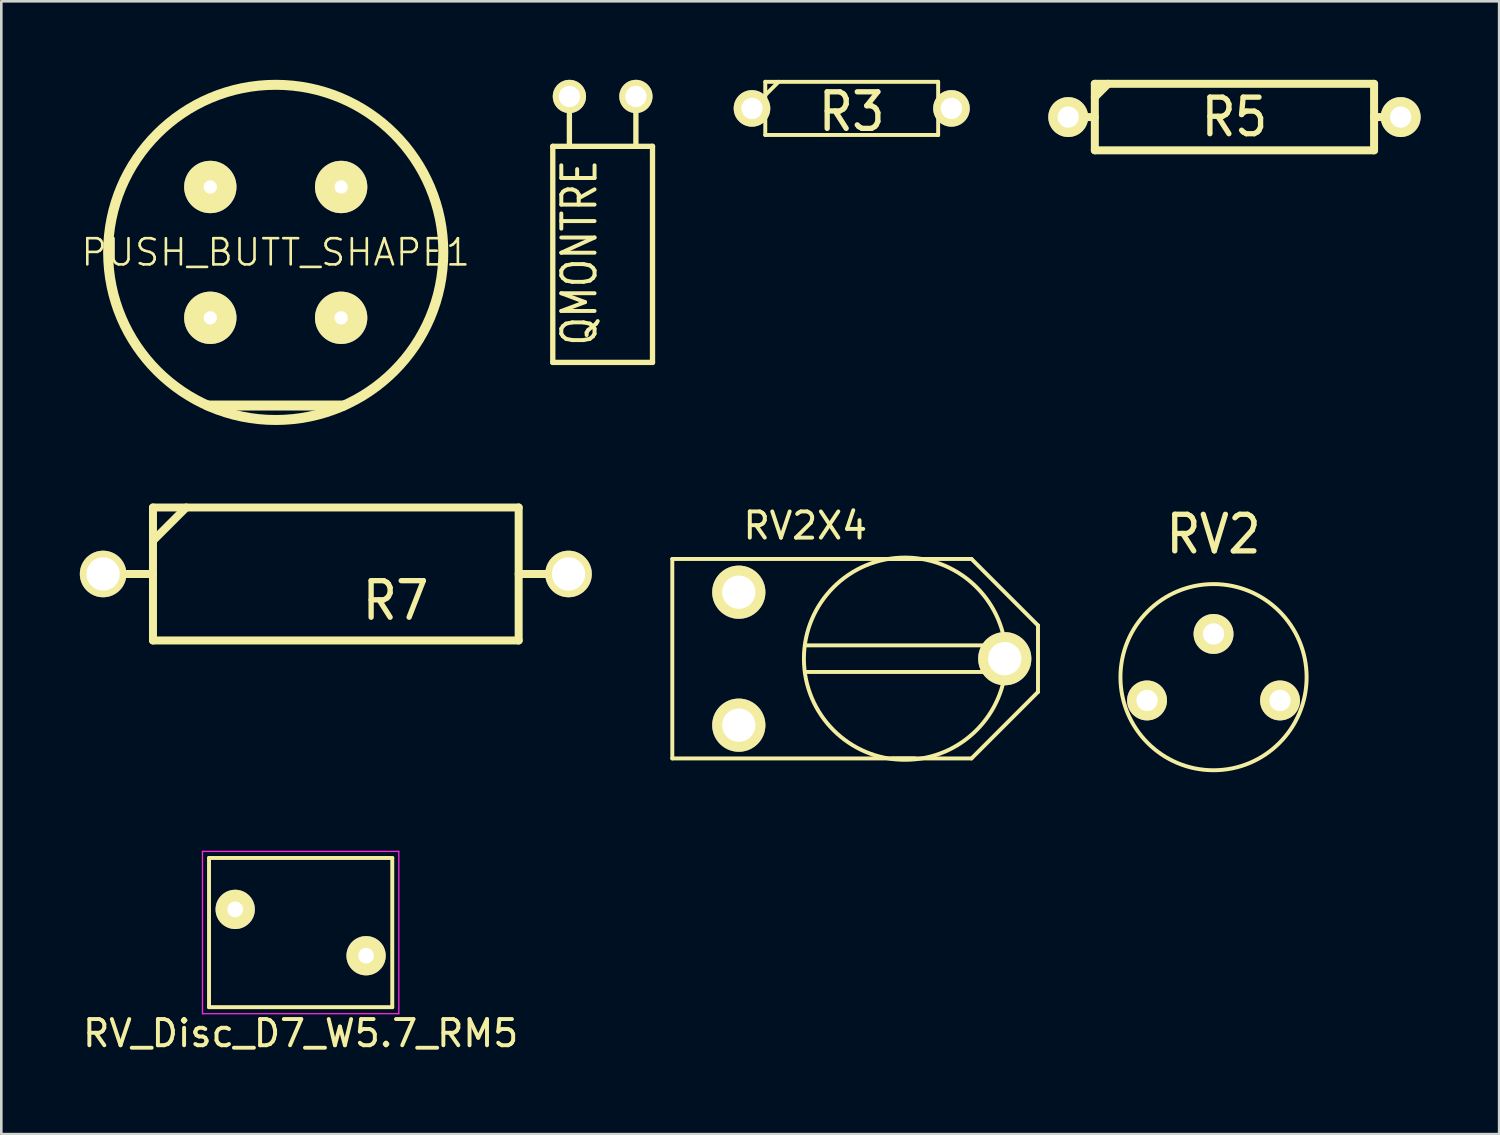
<source format=kicad_pcb>
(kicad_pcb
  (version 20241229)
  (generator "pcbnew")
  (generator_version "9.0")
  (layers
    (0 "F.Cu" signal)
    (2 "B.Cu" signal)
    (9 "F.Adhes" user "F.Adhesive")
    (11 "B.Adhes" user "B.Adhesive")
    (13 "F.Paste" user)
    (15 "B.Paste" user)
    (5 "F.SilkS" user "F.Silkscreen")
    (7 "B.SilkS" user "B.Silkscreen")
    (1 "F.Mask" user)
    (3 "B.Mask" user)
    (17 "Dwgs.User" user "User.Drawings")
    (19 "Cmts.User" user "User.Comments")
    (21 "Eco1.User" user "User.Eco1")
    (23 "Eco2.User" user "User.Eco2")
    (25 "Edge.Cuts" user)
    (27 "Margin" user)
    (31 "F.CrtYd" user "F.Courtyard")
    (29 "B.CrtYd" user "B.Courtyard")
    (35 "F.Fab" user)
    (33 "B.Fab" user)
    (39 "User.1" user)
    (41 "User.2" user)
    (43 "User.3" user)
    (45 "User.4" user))
  (footprint "PUSH_BUTT_SHAPE1"
    (layer "F.Cu")
    (at 7.483 6.592)
    (property "Reference" "PUSH_BUTT_SHAPE1" (at 0 0 0) (layer "F.SilkS") (effects (font (size 1.001 1.001) (thickness 0.099))))
    (attr through_hole)
    (fp_line (start 2.601 5.85) (end -2.601 5.85) (stroke (width 0.381) (type solid)) (layer "F.SilkS"))
    (fp_circle (center 0 0) (end 2.601 5.85) (stroke (width 0.381) (type solid)) (fill no) (layer "F.SilkS"))
    (pad "1" thru_hole circle (at -2.499 -2.499) (size 1.999 1.999) (drill 0.508) (layers "*.Cu" "*.Mask" "F.SilkS"))
    (pad "2" thru_hole circle (at 2.499 -2.499) (size 1.999 1.999) (drill 0.508) (layers "*.Cu" "*.Mask" "F.SilkS"))
    (pad "3" thru_hole circle (at -2.499 2.499) (size 1.999 1.999) (drill 0.508) (layers "*.Cu" "*.Mask" "F.SilkS"))
    (pad "4" thru_hole circle (at 2.499 2.499) (size 1.999 1.999) (drill 0.508) (layers "*.Cu" "*.Mask" "F.SilkS")))
  (footprint "RV2"
    (layer "F.Cu")
    (at 43.309 22.438)
    (property "Reference" "RV2" (at 0 -5.08 0) (layer "F.SilkS") (effects (font (size 1.397 1.27) (thickness 0.203))))
    (attr through_hole)
    (fp_circle (center 0 0.381) (end 0 -3.175) (stroke (width 0.15) (type solid)) (fill no) (layer "F.SilkS"))
    (pad "1" thru_hole circle (at -2.54 1.27) (size 1.524 1.524) (drill 0.813) (layers "*.Cu" "*.Mask" "F.SilkS"))
    (pad "2" thru_hole circle (at 0 -1.27) (size 1.524 1.524) (drill 0.813) (layers "*.Cu" "*.Mask" "F.SilkS"))
    (pad "3" thru_hole circle (at 2.54 1.27) (size 1.524 1.524) (drill 0.813) (layers "*.Cu" "*.Mask" "F.SilkS")))
  (footprint "R5"
    (layer "F.Cu")
    (at 44.108 1.422)
    (property "Reference" "R5" (at 0 0 0) (layer "F.SilkS") (effects (font (size 1.397 1.27) (thickness 0.203))))
    (attr through_hole)
    (fp_line (start -6.35 0) (end -5.334 0) (stroke (width 0.305) (type solid)) (layer "F.SilkS"))
    (fp_line (start -5.334 -1.27) (end 5.334 -1.27) (stroke (width 0.305) (type solid)) (layer "F.SilkS"))
    (fp_line (start -5.334 -0.762) (end -4.826 -1.27) (stroke (width 0.305) (type solid)) (layer "F.SilkS"))
    (fp_line (start -5.334 1.27) (end -5.334 -1.27) (stroke (width 0.305) (type solid)) (layer "F.SilkS"))
    (fp_line (start 5.334 -1.27) (end 5.334 1.27) (stroke (width 0.305) (type solid)) (layer "F.SilkS"))
    (fp_line (start 5.334 1.27) (end -5.334 1.27) (stroke (width 0.305) (type solid)) (layer "F.SilkS"))
    (fp_line (start 6.35 0) (end 5.334 0) (stroke (width 0.305) (type solid)) (layer "F.SilkS"))
    (pad "1" thru_hole circle (at -6.35 0) (size 1.524 1.524) (drill 0.813) (layers "*.Cu" "*.Mask" "F.SilkS"))
    (pad "2" thru_hole circle (at 6.35 0) (size 1.524 1.524) (drill 0.813) (layers "*.Cu" "*.Mask" "F.SilkS")))
  (footprint "RV2X4"
    (layer "F.Cu")
    (at 30.253 22.113)
    (property "Reference" "RV2X4" (at -2.54 -5.08 0) (layer "F.SilkS") (effects (font (size 1 1) (thickness 0.15))))
    (attr through_hole)
    (fp_line (start -7.62 -3.81) (end 3.81 -3.81) (stroke (width 0.15) (type solid)) (layer "F.SilkS"))
    (fp_line (start -7.62 3.81) (end -7.62 -3.81) (stroke (width 0.15) (type solid)) (layer "F.SilkS"))
    (fp_line (start -2.54 -0.508) (end 4.953 -0.508) (stroke (width 0.15) (type solid)) (layer "F.SilkS"))
    (fp_line (start -2.54 0.508) (end 4.953 0.508) (stroke (width 0.15) (type solid)) (layer "F.SilkS"))
    (fp_line (start 0.762 -3.81) (end 1.905 -3.81) (stroke (width 0.15) (type solid)) (layer "F.SilkS"))
    (fp_line (start 1.651 3.81) (end 0.762 3.81) (stroke (width 0.15) (type solid)) (layer "F.SilkS"))
    (fp_line (start 3.81 -3.81) (end 6.35 -1.27) (stroke (width 0.15) (type solid)) (layer "F.SilkS"))
    (fp_line (start 3.81 3.81) (end -7.62 3.81) (stroke (width 0.15) (type solid)) (layer "F.SilkS"))
    (fp_line (start 6.35 -1.27) (end 6.35 1.27) (stroke (width 0.15) (type solid)) (layer "F.SilkS"))
    (fp_line (start 6.35 1.27) (end 3.81 3.81) (stroke (width 0.15) (type solid)) (layer "F.SilkS"))
    (fp_circle (center 1.27 0) (end -2.54 -0.635) (stroke (width 0.15) (type solid)) (fill no) (layer "F.SilkS"))
    (pad "1" thru_hole circle (at -5.08 -2.54) (size 2.032 2.032) (drill 1.27) (layers "*.Cu" "*.Mask" "F.SilkS"))
    (pad "2" thru_hole circle (at 5.08 0) (size 2.032 2.032) (drill 1.27) (layers "*.Cu" "*.Mask" "F.SilkS"))
    (pad "3" thru_hole circle (at -5.08 2.54) (size 2.032 2.032) (drill 1.27) (layers "*.Cu" "*.Mask" "F.SilkS")))
  (footprint "R3"
    (layer "F.Cu")
    (at 29.487 1.091)
    (property "Reference" "R3" (at 0 0.127 0) (layer "F.SilkS") (effects (font (size 1.397 1.27) (thickness 0.203))))
    (attr through_hole)
    (fp_line (start -3.81 0) (end -3.302 0) (stroke (width 0.15) (type solid)) (layer "F.SilkS"))
    (fp_line (start -3.302 -1.016) (end -3.302 1.016) (stroke (width 0.15) (type solid)) (layer "F.SilkS"))
    (fp_line (start -3.302 -0.508) (end -2.794 -1.016) (stroke (width 0.15) (type solid)) (layer "F.SilkS"))
    (fp_line (start -3.302 1.016) (end 3.302 1.016) (stroke (width 0.15) (type solid)) (layer "F.SilkS"))
    (fp_line (start 3.302 -1.016) (end -3.302 -1.016) (stroke (width 0.15) (type solid)) (layer "F.SilkS"))
    (fp_line (start 3.302 0) (end 3.302 -1.016) (stroke (width 0.15) (type solid)) (layer "F.SilkS"))
    (fp_line (start 3.302 1.016) (end 3.302 0) (stroke (width 0.15) (type solid)) (layer "F.SilkS"))
    (fp_line (start 3.81 0) (end 3.302 0) (stroke (width 0.15) (type solid)) (layer "F.SilkS"))
    (pad "1" thru_hole circle (at -3.81 0) (size 1.397 1.397) (drill 0.813) (layers "*.Cu" "*.Mask" "F.SilkS"))
    (pad "2" thru_hole circle (at 3.81 0) (size 1.397 1.397) (drill 0.813) (layers "*.Cu" "*.Mask" "F.SilkS")))
  (footprint "RV_Disc_D7_W5.7_RM5"
    (layer "F.Cu")
    (at 5.935 31.69)
    (property "Reference" "RV_Disc_D7_W5.7_RM5" (at 2.5 4.735 0) (layer "F.SilkS") (effects (font (size 1 1) (thickness 0.15))))
    (attr through_hole)
    (fp_line (start -1 -1.965) (end -1 3.735) (stroke (width 0.15) (type solid)) (layer "F.SilkS"))
    (fp_line (start -1 -1.965) (end 6 -1.965) (stroke (width 0.15) (type solid)) (layer "F.SilkS"))
    (fp_line (start -1 3.735) (end 6 3.735) (stroke (width 0.15) (type solid)) (layer "F.SilkS"))
    (fp_line (start 6 -1.965) (end 6 3.735) (stroke (width 0.15) (type solid)) (layer "F.SilkS"))
    (fp_line (start -1.25 -2.215) (end -1.25 3.985) (stroke (width 0.05) (type solid)) (layer "F.CrtYd"))
    (fp_line (start -1.25 -2.215) (end 6.25 -2.215) (stroke (width 0.05) (type solid)) (layer "F.CrtYd"))
    (fp_line (start -1.25 3.985) (end 6.25 3.985) (stroke (width 0.05) (type solid)) (layer "F.CrtYd"))
    (fp_line (start 6.25 -2.215) (end 6.25 3.985) (stroke (width 0.05) (type solid)) (layer "F.CrtYd"))
    (pad "1" thru_hole circle (at 0 0) (size 1.5 1.5) (drill 0.6) (layers "*.Cu" "*.Mask" "F.SilkS"))
    (pad "2" thru_hole circle (at 5 1.77) (size 1.5 1.5) (drill 0.6) (layers "*.Cu" "*.Mask" "F.SilkS")))
  (footprint "QMONTRE"
    (layer "F.Cu")
    (at 19.972 0.635)
    (property "Reference" "QMONTRE" (at -0.889 5.969 90) (layer "F.SilkS") (effects (font (size 1.27 1.016) (thickness 0.152))))
    (attr through_hole)
    (fp_line (start -1.905 1.905) (end 1.905 1.905) (stroke (width 0.203) (type solid)) (layer "F.SilkS"))
    (fp_line (start -1.905 10.16) (end -1.905 1.905) (stroke (width 0.203) (type solid)) (layer "F.SilkS"))
    (fp_line (start -1.27 0) (end -1.27 1.905) (stroke (width 0.203) (type solid)) (layer "F.SilkS"))
    (fp_line (start 1.27 0) (end 1.27 1.905) (stroke (width 0.203) (type solid)) (layer "F.SilkS"))
    (fp_line (start 1.905 1.905) (end 1.905 10.16) (stroke (width 0.203) (type solid)) (layer "F.SilkS"))
    (fp_line (start 1.905 10.16) (end -1.905 10.16) (stroke (width 0.203) (type solid)) (layer "F.SilkS"))
    (pad "1" thru_hole circle (at -1.27 0) (size 1.27 1.27) (drill 0.813) (layers "*.Cu" "*.Mask" "F.SilkS"))
    (pad "2" thru_hole circle (at 1.27 0) (size 1.27 1.27) (drill 0.813) (layers "*.Cu" "*.Mask" "F.SilkS")))
  (footprint "R7"
    (layer "F.Cu")
    (at 9.779 18.877)
    (property "Reference" "R7" (at 2.286 1.016 0) (layer "F.SilkS") (effects (font (size 1.397 1.27) (thickness 0.203))))
    (attr through_hole)
    (fp_line (start -8.89 0) (end -8.89 0) (stroke (width 0.305) (type solid)) (layer "F.SilkS"))
    (fp_line (start -8.89 0) (end -8.89 0) (stroke (width 0.305) (type solid)) (layer "F.SilkS"))
    (fp_line (start -8.89 0) (end -6.985 0) (stroke (width 0.305) (type solid)) (layer "F.SilkS"))
    (fp_line (start -6.985 -2.54) (end -6.985 2.54) (stroke (width 0.305) (type solid)) (layer "F.SilkS"))
    (fp_line (start -6.985 -2.54) (end 6.985 -2.54) (stroke (width 0.305) (type solid)) (layer "F.SilkS"))
    (fp_line (start -6.985 -1.27) (end -5.715 -2.54) (stroke (width 0.305) (type solid)) (layer "F.SilkS"))
    (fp_line (start 6.985 -2.54) (end 6.985 2.54) (stroke (width 0.305) (type solid)) (layer "F.SilkS"))
    (fp_line (start 6.985 0) (end 8.89 0) (stroke (width 0.305) (type solid)) (layer "F.SilkS"))
    (fp_line (start 6.985 2.54) (end -6.985 2.54) (stroke (width 0.305) (type solid)) (layer "F.SilkS"))
    (fp_line (start 8.89 0) (end 8.89 0) (stroke (width 0.305) (type solid)) (layer "F.SilkS"))
    (pad "1" thru_hole circle (at -8.89 0) (size 1.778 1.778) (drill 1.27) (layers "*.Cu" "*.Mask" "F.SilkS"))
    (pad "2" thru_hole circle (at 8.89 0) (size 1.778 1.778) (drill 1.27) (layers "*.Cu" "*.Mask" "F.SilkS")))
  (gr_rect
    (start -3 -3)
    (end 54.22 40.274)
    (stroke (width 0.1) (type default))
    (fill no)
    (layer "Edge.Cuts")))
</source>
